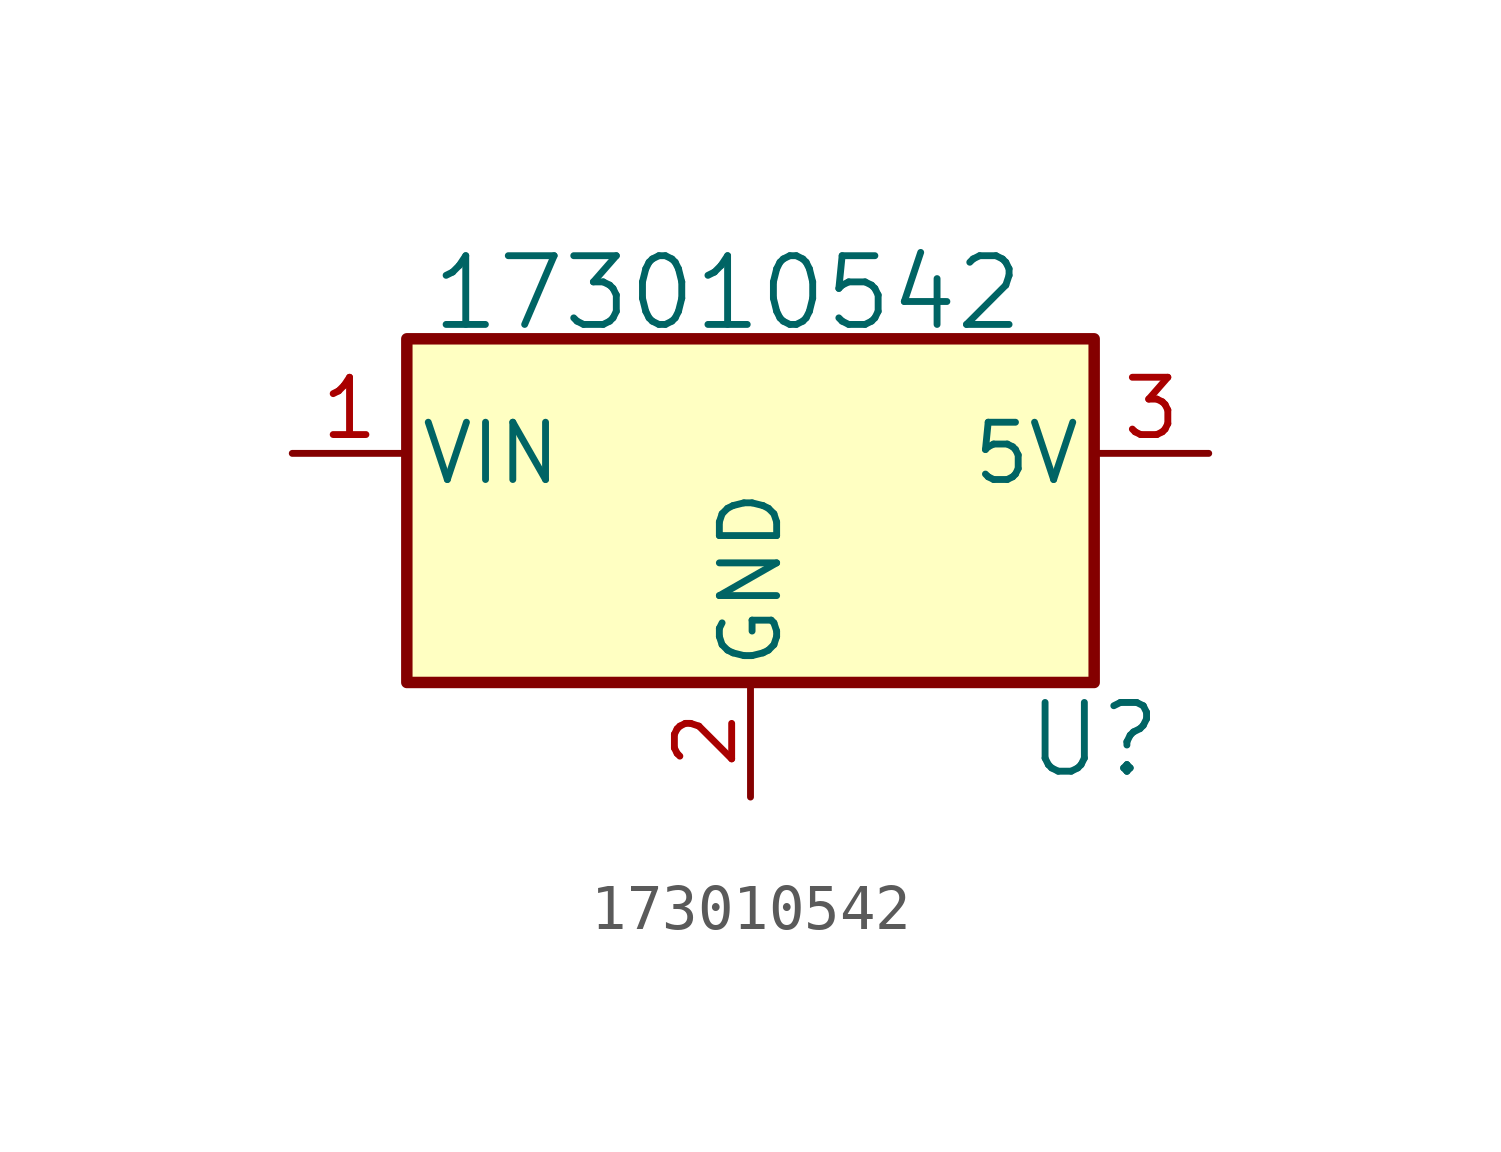
<source format=kicad_sym>
(kicad_symbol_lib
  (version 20231120)
  (generator "kicad_symbol_editor")
  (generator_version "8.0")
  (symbol "173010542"
    (pin_names
      (offset 0.254))
    (property "Reference" "U"
      (at 7.62 -6.35 0)
      (effects (font (size 1.524 1.524))))
    (property "Value" "173010542"
      (at -0.508 3.556 0)
      (effects (font (size 1.524 1.524))))
    (symbol "173010542_1_1"
      (rectangle (start -7.62 2.54) (end 7.62 -5.08) (stroke (width 0.254) (type default)) (fill (type background)))
      (pin power_in line (at -10.16 0 0) (length 2.54) (name "VIN" (effects (font (size 1.27 1.27)))) (number "1" (effects (font (size 1.27 1.27)))))
      (pin power_in line (at 0 -7.62 90) (length 2.54) (name "GND" (effects (font (size 1.27 1.27)))) (number "2" (effects (font (size 1.27 1.27)))))
      (pin power_out line (at 10.16 0 180) (length 2.54) (name "5V" (effects (font (size 1.27 1.27)))) (number "3" (effects (font (size 1.27 1.27))))))))
</source>
